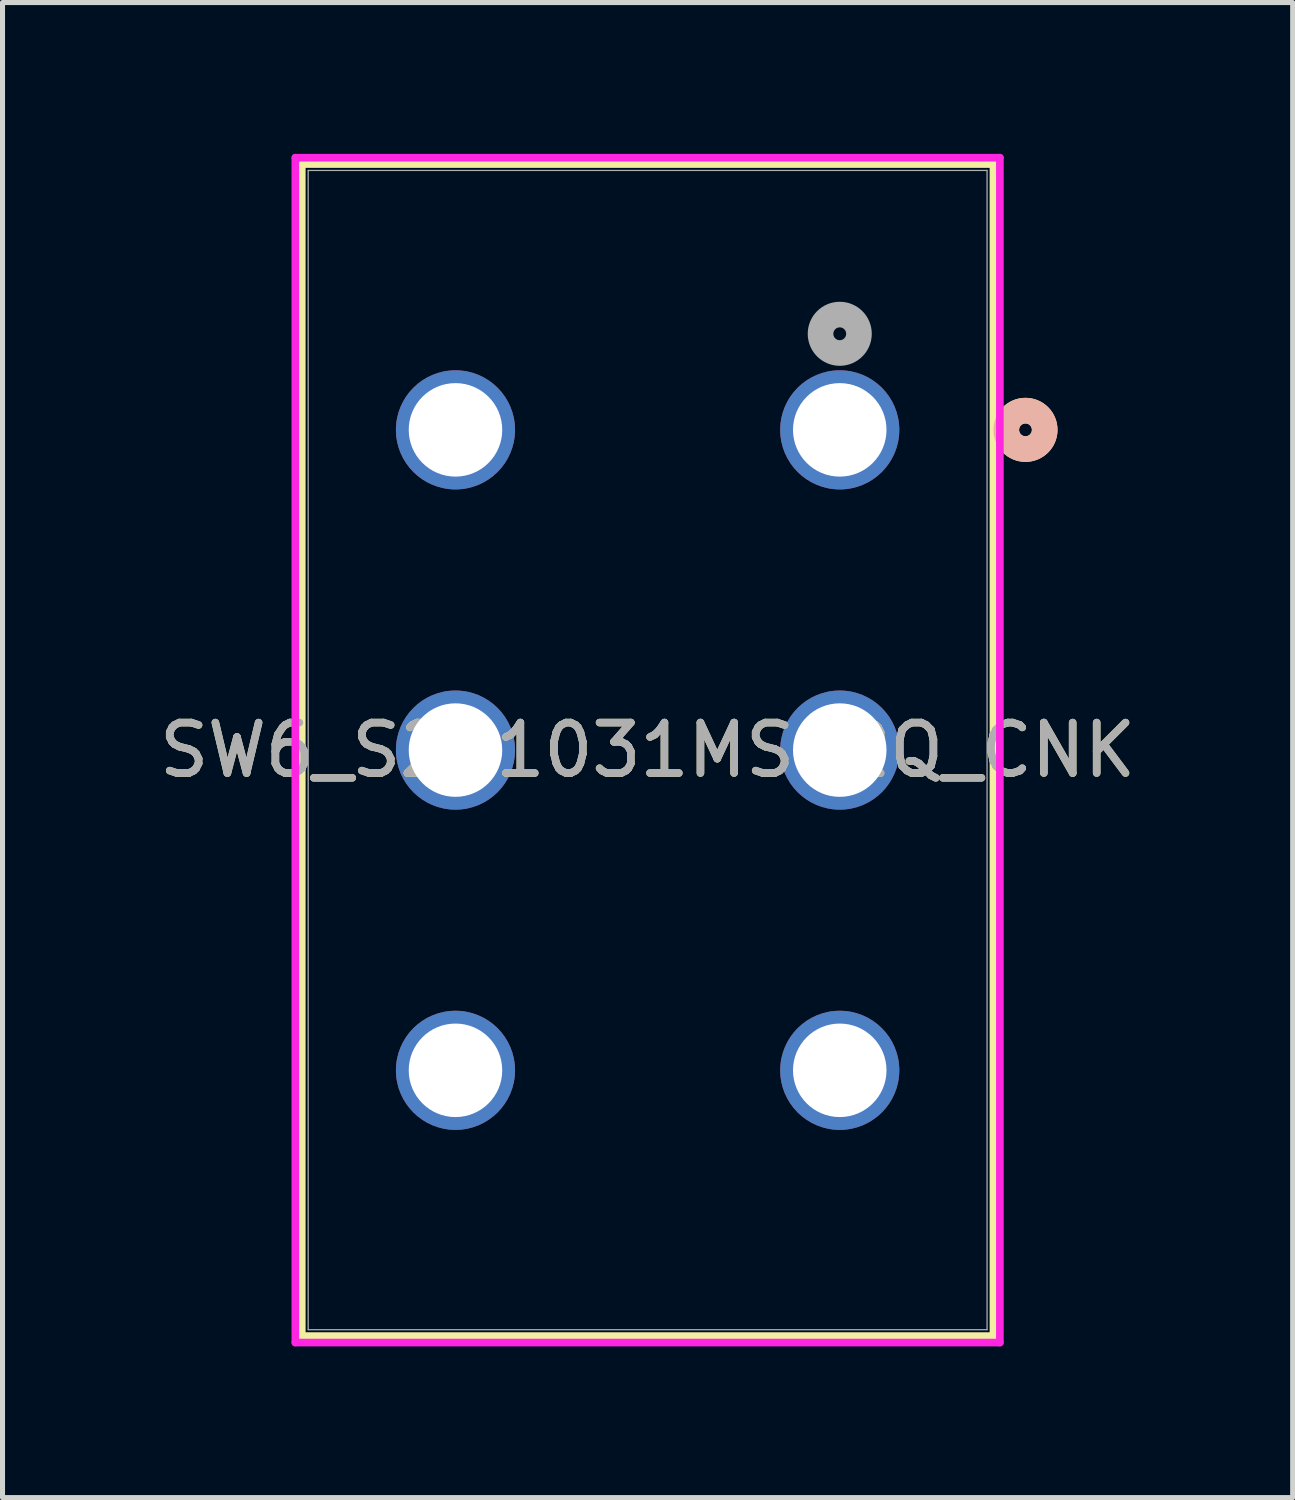
<source format=kicad_pcb>
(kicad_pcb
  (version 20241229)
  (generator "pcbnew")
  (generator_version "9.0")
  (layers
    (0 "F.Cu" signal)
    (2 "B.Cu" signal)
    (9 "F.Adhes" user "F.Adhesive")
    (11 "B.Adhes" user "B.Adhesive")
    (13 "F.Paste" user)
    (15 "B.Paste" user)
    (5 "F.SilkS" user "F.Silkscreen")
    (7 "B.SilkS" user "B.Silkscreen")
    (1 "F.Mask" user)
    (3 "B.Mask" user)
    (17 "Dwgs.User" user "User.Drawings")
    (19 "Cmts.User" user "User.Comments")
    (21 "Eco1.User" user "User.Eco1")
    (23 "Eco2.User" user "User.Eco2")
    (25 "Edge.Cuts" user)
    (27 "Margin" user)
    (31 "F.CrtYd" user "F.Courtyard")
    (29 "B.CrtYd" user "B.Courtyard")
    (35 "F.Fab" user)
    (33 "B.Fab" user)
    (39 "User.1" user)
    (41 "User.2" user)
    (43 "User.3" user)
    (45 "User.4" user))
  (footprint "SW6_S201031MS02Q_CNK"
    (layer "F.Cu")
    (at 13.602 5.474)
    (property "Reference" "SW6_S201031MS02Q_CNK" (at -3.81 6.35 0) (unlocked yes) (layer "F.SilkS") (effects (font (size 1 1) (thickness 0.15))))
    (attr through_hole)
    (fp_line (start -10.668 -5.271) (end -10.668 17.971) (stroke (width 0.152) (type solid)) (layer "F.SilkS"))
    (fp_line (start -10.668 17.971) (end 3.048 17.971) (stroke (width 0.152) (type solid)) (layer "F.SilkS"))
    (fp_line (start 3.048 -5.271) (end -10.668 -5.271) (stroke (width 0.152) (type solid)) (layer "F.SilkS"))
    (fp_line (start 3.048 17.971) (end 3.048 -5.271) (stroke (width 0.152) (type solid)) (layer "F.SilkS"))
    (fp_circle (center 3.683 0) (end 4.064 0) (stroke (width 0.508) (type solid)) (fill no) (layer "F.SilkS"))
    (fp_circle (center 3.683 0) (end 4.064 0) (stroke (width 0.508) (type solid)) (fill no) (layer "B.SilkS"))
    (fp_line (start -10.795 -5.397) (end -10.795 18.098) (stroke (width 0.152) (type solid)) (layer "F.CrtYd"))
    (fp_line (start -10.795 18.098) (end 3.175 18.098) (stroke (width 0.152) (type solid)) (layer "F.CrtYd"))
    (fp_line (start 3.175 -5.397) (end -10.795 -5.397) (stroke (width 0.152) (type solid)) (layer "F.CrtYd"))
    (fp_line (start 3.175 18.098) (end 3.175 -5.397) (stroke (width 0.152) (type solid)) (layer "F.CrtYd"))
    (fp_line (start -10.541 -5.144) (end -10.541 17.843) (stroke (width 0.025) (type solid)) (layer "F.Fab"))
    (fp_line (start -10.541 17.843) (end 2.921 17.843) (stroke (width 0.025) (type solid)) (layer "F.Fab"))
    (fp_line (start 2.921 -5.144) (end -10.541 -5.144) (stroke (width 0.025) (type solid)) (layer "F.Fab"))
    (fp_line (start 2.921 17.843) (end 2.921 -5.144) (stroke (width 0.025) (type solid)) (layer "F.Fab"))
    (fp_circle (center 0 -1.905) (end 0.381 -1.905) (stroke (width 0.508) (type solid)) (fill no) (layer "F.Fab"))
    (fp_text user "${REFERENCE}" (at -3.81 6.35 0) (unlocked yes) (layer "F.Fab") (effects (font (size 1 1) (thickness 0.15))))
    (pad "1" thru_hole circle (at 0 0) (size 2.362 2.362) (drill 1.854) (layers "*.Cu" "*.Mask"))
    (pad "2" thru_hole circle (at 0 6.35) (size 2.362 2.362) (drill 1.854) (layers "*.Cu" "*.Mask"))
    (pad "3" thru_hole circle (at 0 12.7) (size 2.362 2.362) (drill 1.854) (layers "*.Cu" "*.Mask"))
    (pad "4" thru_hole circle (at -7.62 0) (size 2.362 2.362) (drill 1.854) (layers "*.Cu" "*.Mask"))
    (pad "5" thru_hole circle (at -7.62 6.35) (size 2.362 2.362) (drill 1.854) (layers "*.Cu" "*.Mask"))
    (pad "6" thru_hole circle (at -7.62 12.7) (size 2.362 2.362) (drill 1.854) (layers "*.Cu" "*.Mask")))
  (gr_rect
    (start -3 -3)
    (end 22.583 26.647)
    (stroke (width 0.1) (type default))
    (fill no)
    (layer "Edge.Cuts")))
</source>
